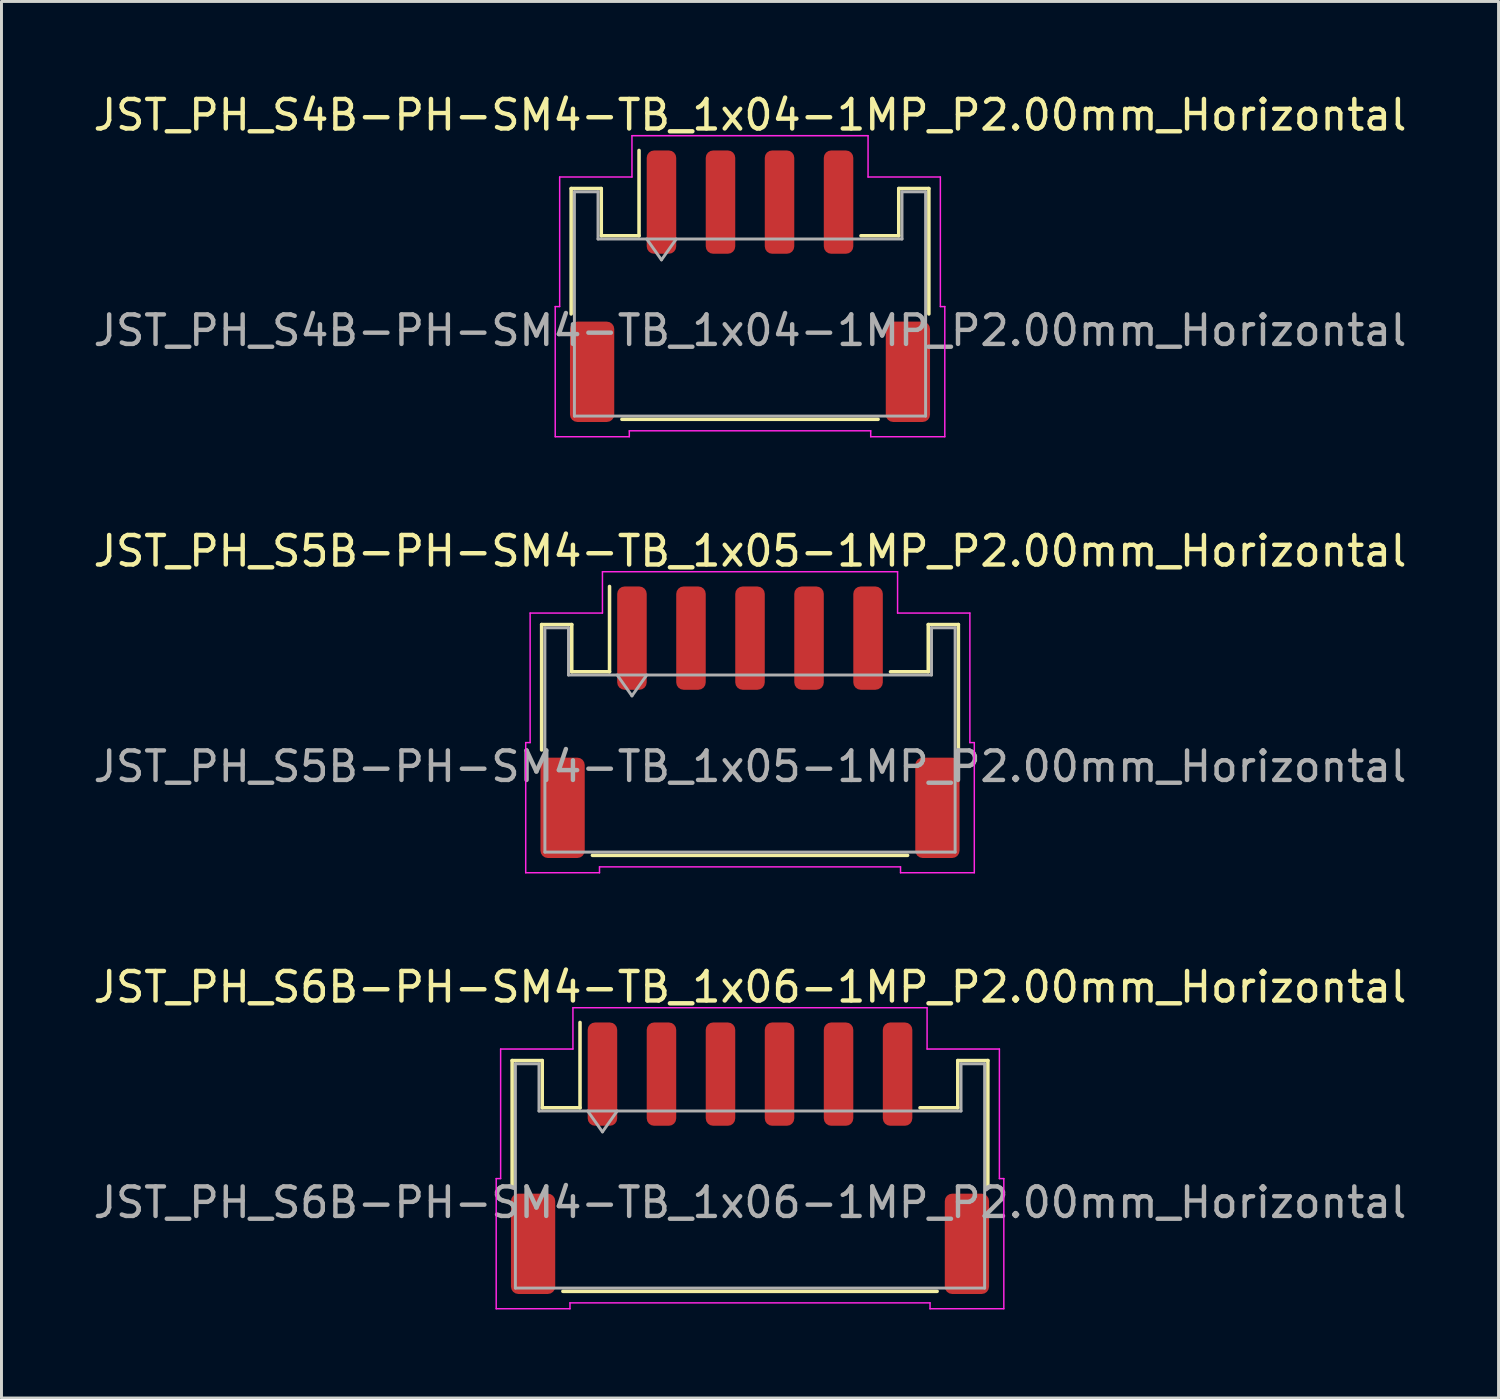
<source format=kicad_pcb>
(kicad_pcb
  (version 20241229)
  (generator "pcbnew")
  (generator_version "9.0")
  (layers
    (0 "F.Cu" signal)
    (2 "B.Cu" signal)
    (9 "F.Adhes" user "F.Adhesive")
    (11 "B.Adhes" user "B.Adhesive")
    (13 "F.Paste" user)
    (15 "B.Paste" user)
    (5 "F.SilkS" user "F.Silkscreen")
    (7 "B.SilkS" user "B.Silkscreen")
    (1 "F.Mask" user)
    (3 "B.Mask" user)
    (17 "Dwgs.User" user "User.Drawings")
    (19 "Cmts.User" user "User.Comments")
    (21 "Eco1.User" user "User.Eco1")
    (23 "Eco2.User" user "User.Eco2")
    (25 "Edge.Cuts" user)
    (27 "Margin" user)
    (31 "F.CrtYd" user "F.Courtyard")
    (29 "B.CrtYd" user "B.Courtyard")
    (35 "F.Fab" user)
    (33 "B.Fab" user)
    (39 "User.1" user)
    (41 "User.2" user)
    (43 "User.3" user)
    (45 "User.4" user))
  (footprint "JST_PH_S4B-PH-SM4-TB_1x04-1MP_P2.00mm_Horizontal"
    (layer "F.Cu")
    (at 22.363 6.648)
    (property "Reference" "JST_PH_S4B-PH-SM4-TB_1x04-1MP_P2.00mm_Horizontal" (at 0 -5.8 0) (layer "F.SilkS") (effects (font (size 1 1) (thickness 0.15))))
    (attr smd)
    (fp_line (start -6.06 -3.31) (end -5.04 -3.31) (stroke (width 0.12) (type solid)) (layer "F.SilkS"))
    (fp_line (start -6.06 0.94) (end -6.06 -3.31) (stroke (width 0.12) (type solid)) (layer "F.SilkS"))
    (fp_line (start -5.04 -3.31) (end -5.04 -1.71) (stroke (width 0.12) (type solid)) (layer "F.SilkS"))
    (fp_line (start -5.04 -1.71) (end -3.76 -1.71) (stroke (width 0.12) (type solid)) (layer "F.SilkS"))
    (fp_line (start -4.34 4.51) (end 4.34 4.51) (stroke (width 0.12) (type solid)) (layer "F.SilkS"))
    (fp_line (start -3.76 -1.71) (end -3.76 -4.6) (stroke (width 0.12) (type solid)) (layer "F.SilkS"))
    (fp_line (start 5.04 -3.31) (end 5.04 -1.71) (stroke (width 0.12) (type solid)) (layer "F.SilkS"))
    (fp_line (start 5.04 -1.71) (end 3.76 -1.71) (stroke (width 0.12) (type solid)) (layer "F.SilkS"))
    (fp_line (start 6.06 -3.31) (end 5.04 -3.31) (stroke (width 0.12) (type solid)) (layer "F.SilkS"))
    (fp_line (start 6.06 0.94) (end 6.06 -3.31) (stroke (width 0.12) (type solid)) (layer "F.SilkS"))
    (fp_line (start -6.6 0.69) (end -6.45 0.69) (stroke (width 0.05) (type solid)) (layer "F.CrtYd"))
    (fp_line (start -6.6 5.1) (end -6.6 0.69) (stroke (width 0.05) (type solid)) (layer "F.CrtYd"))
    (fp_line (start -6.45 -3.7) (end -4 -3.7) (stroke (width 0.05) (type solid)) (layer "F.CrtYd"))
    (fp_line (start -6.45 0.69) (end -6.45 -3.7) (stroke (width 0.05) (type solid)) (layer "F.CrtYd"))
    (fp_line (start -4.09 4.9) (end -4.09 5.1) (stroke (width 0.05) (type solid)) (layer "F.CrtYd"))
    (fp_line (start -4.09 5.1) (end -6.6 5.1) (stroke (width 0.05) (type solid)) (layer "F.CrtYd"))
    (fp_line (start -4 -5.1) (end 4 -5.1) (stroke (width 0.05) (type solid)) (layer "F.CrtYd"))
    (fp_line (start -4 -3.7) (end -4 -5.1) (stroke (width 0.05) (type solid)) (layer "F.CrtYd"))
    (fp_line (start 4 -5.1) (end 4 -3.7) (stroke (width 0.05) (type solid)) (layer "F.CrtYd"))
    (fp_line (start 4 -3.7) (end 6.45 -3.7) (stroke (width 0.05) (type solid)) (layer "F.CrtYd"))
    (fp_line (start 4.09 4.9) (end -4.09 4.9) (stroke (width 0.05) (type solid)) (layer "F.CrtYd"))
    (fp_line (start 4.09 5.1) (end 4.09 4.9) (stroke (width 0.05) (type solid)) (layer "F.CrtYd"))
    (fp_line (start 6.45 -3.7) (end 6.45 0.69) (stroke (width 0.05) (type solid)) (layer "F.CrtYd"))
    (fp_line (start 6.45 0.69) (end 6.6 0.69) (stroke (width 0.05) (type solid)) (layer "F.CrtYd"))
    (fp_line (start 6.6 0.69) (end 6.6 5.1) (stroke (width 0.05) (type solid)) (layer "F.CrtYd"))
    (fp_line (start 6.6 5.1) (end 4.09 5.1) (stroke (width 0.05) (type solid)) (layer "F.CrtYd"))
    (fp_line (start -5.95 -3.2) (end -5.95 4.4) (stroke (width 0.1) (type solid)) (layer "F.Fab"))
    (fp_line (start -5.95 -3.2) (end -5.15 -3.2) (stroke (width 0.1) (type solid)) (layer "F.Fab"))
    (fp_line (start -5.95 4.4) (end 5.95 4.4) (stroke (width 0.1) (type solid)) (layer "F.Fab"))
    (fp_line (start -5.15 -3.2) (end -5.15 -1.6) (stroke (width 0.1) (type solid)) (layer "F.Fab"))
    (fp_line (start -5.15 -1.6) (end 5.15 -1.6) (stroke (width 0.1) (type solid)) (layer "F.Fab"))
    (fp_line (start -3.5 -1.6) (end -3 -0.893) (stroke (width 0.1) (type solid)) (layer "F.Fab"))
    (fp_line (start -3 -0.893) (end -2.5 -1.6) (stroke (width 0.1) (type solid)) (layer "F.Fab"))
    (fp_line (start 5.15 -3.2) (end 5.95 -3.2) (stroke (width 0.1) (type solid)) (layer "F.Fab"))
    (fp_line (start 5.15 -1.6) (end 5.15 -3.2) (stroke (width 0.1) (type solid)) (layer "F.Fab"))
    (fp_line (start 5.95 -3.2) (end 5.95 4.4) (stroke (width 0.1) (type solid)) (layer "F.Fab"))
    (fp_text user "${REFERENCE}" (at 0 1.5 0) (layer "F.Fab") (effects (font (size 1 1) (thickness 0.15))))
    (pad "1" smd roundrect (at -3 -2.85) (size 1 3.5) (layers "F.Cu" "F.Mask" "F.Paste") (roundrect_rratio 0.25))
    (pad "2" smd roundrect (at -1 -2.85) (size 1 3.5) (layers "F.Cu" "F.Mask" "F.Paste") (roundrect_rratio 0.25))
    (pad "3" smd roundrect (at 1 -2.85) (size 1 3.5) (layers "F.Cu" "F.Mask" "F.Paste") (roundrect_rratio 0.25))
    (pad "4" smd roundrect (at 3 -2.85) (size 1 3.5) (layers "F.Cu" "F.Mask" "F.Paste") (roundrect_rratio 0.25))
    (pad "MP" smd roundrect (at -5.35 2.9) (size 1.5 3.4) (layers "F.Cu" "F.Mask" "F.Paste") (roundrect_rratio 0.167))
    (pad "MP" smd roundrect (at 5.35 2.9) (size 1.5 3.4) (layers "F.Cu" "F.Mask" "F.Paste") (roundrect_rratio 0.167)))
  (footprint "JST_PH_S5B-PH-SM4-TB_1x05-1MP_P2.00mm_Horizontal"
    (layer "F.Cu")
    (at 22.363 21.422)
    (property "Reference" "JST_PH_S5B-PH-SM4-TB_1x05-1MP_P2.00mm_Horizontal" (at 0 -5.8 0) (layer "F.SilkS") (effects (font (size 1 1) (thickness 0.15))))
    (attr smd)
    (fp_line (start -7.06 -3.31) (end -6.04 -3.31) (stroke (width 0.12) (type solid)) (layer "F.SilkS"))
    (fp_line (start -7.06 0.94) (end -7.06 -3.31) (stroke (width 0.12) (type solid)) (layer "F.SilkS"))
    (fp_line (start -6.04 -3.31) (end -6.04 -1.71) (stroke (width 0.12) (type solid)) (layer "F.SilkS"))
    (fp_line (start -6.04 -1.71) (end -4.76 -1.71) (stroke (width 0.12) (type solid)) (layer "F.SilkS"))
    (fp_line (start -5.34 4.51) (end 5.34 4.51) (stroke (width 0.12) (type solid)) (layer "F.SilkS"))
    (fp_line (start -4.76 -1.71) (end -4.76 -4.6) (stroke (width 0.12) (type solid)) (layer "F.SilkS"))
    (fp_line (start 6.04 -3.31) (end 6.04 -1.71) (stroke (width 0.12) (type solid)) (layer "F.SilkS"))
    (fp_line (start 6.04 -1.71) (end 4.76 -1.71) (stroke (width 0.12) (type solid)) (layer "F.SilkS"))
    (fp_line (start 7.06 -3.31) (end 6.04 -3.31) (stroke (width 0.12) (type solid)) (layer "F.SilkS"))
    (fp_line (start 7.06 0.94) (end 7.06 -3.31) (stroke (width 0.12) (type solid)) (layer "F.SilkS"))
    (fp_line (start -7.6 0.69) (end -7.45 0.69) (stroke (width 0.05) (type solid)) (layer "F.CrtYd"))
    (fp_line (start -7.6 5.1) (end -7.6 0.69) (stroke (width 0.05) (type solid)) (layer "F.CrtYd"))
    (fp_line (start -7.45 -3.7) (end -5 -3.7) (stroke (width 0.05) (type solid)) (layer "F.CrtYd"))
    (fp_line (start -7.45 0.69) (end -7.45 -3.7) (stroke (width 0.05) (type solid)) (layer "F.CrtYd"))
    (fp_line (start -5.1 4.9) (end -5.1 5.1) (stroke (width 0.05) (type solid)) (layer "F.CrtYd"))
    (fp_line (start -5.1 5.1) (end -7.6 5.1) (stroke (width 0.05) (type solid)) (layer "F.CrtYd"))
    (fp_line (start -5 -5.1) (end 5 -5.1) (stroke (width 0.05) (type solid)) (layer "F.CrtYd"))
    (fp_line (start -5 -3.7) (end -5 -5.1) (stroke (width 0.05) (type solid)) (layer "F.CrtYd"))
    (fp_line (start 5 -5.1) (end 5 -3.7) (stroke (width 0.05) (type solid)) (layer "F.CrtYd"))
    (fp_line (start 5 -3.7) (end 7.45 -3.7) (stroke (width 0.05) (type solid)) (layer "F.CrtYd"))
    (fp_line (start 5.1 4.9) (end -5.1 4.9) (stroke (width 0.05) (type solid)) (layer "F.CrtYd"))
    (fp_line (start 5.1 5.1) (end 5.1 4.9) (stroke (width 0.05) (type solid)) (layer "F.CrtYd"))
    (fp_line (start 7.45 -3.7) (end 7.45 0.69) (stroke (width 0.05) (type solid)) (layer "F.CrtYd"))
    (fp_line (start 7.45 0.69) (end 7.6 0.69) (stroke (width 0.05) (type solid)) (layer "F.CrtYd"))
    (fp_line (start 7.6 0.69) (end 7.6 5.1) (stroke (width 0.05) (type solid)) (layer "F.CrtYd"))
    (fp_line (start 7.6 5.1) (end 5.1 5.1) (stroke (width 0.05) (type solid)) (layer "F.CrtYd"))
    (fp_line (start -6.95 -3.2) (end -6.95 4.4) (stroke (width 0.1) (type solid)) (layer "F.Fab"))
    (fp_line (start -6.95 -3.2) (end -6.15 -3.2) (stroke (width 0.1) (type solid)) (layer "F.Fab"))
    (fp_line (start -6.95 4.4) (end 6.95 4.4) (stroke (width 0.1) (type solid)) (layer "F.Fab"))
    (fp_line (start -6.15 -3.2) (end -6.15 -1.6) (stroke (width 0.1) (type solid)) (layer "F.Fab"))
    (fp_line (start -6.15 -1.6) (end 6.15 -1.6) (stroke (width 0.1) (type solid)) (layer "F.Fab"))
    (fp_line (start -4.5 -1.6) (end -4 -0.893) (stroke (width 0.1) (type solid)) (layer "F.Fab"))
    (fp_line (start -4 -0.893) (end -3.5 -1.6) (stroke (width 0.1) (type solid)) (layer "F.Fab"))
    (fp_line (start 6.15 -3.2) (end 6.95 -3.2) (stroke (width 0.1) (type solid)) (layer "F.Fab"))
    (fp_line (start 6.15 -1.6) (end 6.15 -3.2) (stroke (width 0.1) (type solid)) (layer "F.Fab"))
    (fp_line (start 6.95 -3.2) (end 6.95 4.4) (stroke (width 0.1) (type solid)) (layer "F.Fab"))
    (fp_text user "${REFERENCE}" (at 0 1.5 0) (layer "F.Fab") (effects (font (size 1 1) (thickness 0.15))))
    (pad "1" smd roundrect (at -4 -2.85) (size 1 3.5) (layers "F.Cu" "F.Mask" "F.Paste") (roundrect_rratio 0.25))
    (pad "2" smd roundrect (at -2 -2.85) (size 1 3.5) (layers "F.Cu" "F.Mask" "F.Paste") (roundrect_rratio 0.25))
    (pad "3" smd roundrect (at 0 -2.85) (size 1 3.5) (layers "F.Cu" "F.Mask" "F.Paste") (roundrect_rratio 0.25))
    (pad "4" smd roundrect (at 2 -2.85) (size 1 3.5) (layers "F.Cu" "F.Mask" "F.Paste") (roundrect_rratio 0.25))
    (pad "5" smd roundrect (at 4 -2.85) (size 1 3.5) (layers "F.Cu" "F.Mask" "F.Paste") (roundrect_rratio 0.25))
    (pad "MP" smd roundrect (at -6.35 2.9) (size 1.5 3.4) (layers "F.Cu" "F.Mask" "F.Paste") (roundrect_rratio 0.167))
    (pad "MP" smd roundrect (at 6.35 2.9) (size 1.5 3.4) (layers "F.Cu" "F.Mask" "F.Paste") (roundrect_rratio 0.167)))
  (footprint "JST_PH_S6B-PH-SM4-TB_1x06-1MP_P2.00mm_Horizontal"
    (layer "F.Cu")
    (at 22.363 36.195)
    (property "Reference" "JST_PH_S6B-PH-SM4-TB_1x06-1MP_P2.00mm_Horizontal" (at 0 -5.8 0) (layer "F.SilkS") (effects (font (size 1 1) (thickness 0.15))))
    (attr smd)
    (fp_line (start -8.06 -3.31) (end -7.04 -3.31) (stroke (width 0.12) (type solid)) (layer "F.SilkS"))
    (fp_line (start -8.06 0.94) (end -8.06 -3.31) (stroke (width 0.12) (type solid)) (layer "F.SilkS"))
    (fp_line (start -7.04 -3.31) (end -7.04 -1.71) (stroke (width 0.12) (type solid)) (layer "F.SilkS"))
    (fp_line (start -7.04 -1.71) (end -5.76 -1.71) (stroke (width 0.12) (type solid)) (layer "F.SilkS"))
    (fp_line (start -6.34 4.51) (end 6.34 4.51) (stroke (width 0.12) (type solid)) (layer "F.SilkS"))
    (fp_line (start -5.76 -1.71) (end -5.76 -4.6) (stroke (width 0.12) (type solid)) (layer "F.SilkS"))
    (fp_line (start 7.04 -3.31) (end 7.04 -1.71) (stroke (width 0.12) (type solid)) (layer "F.SilkS"))
    (fp_line (start 7.04 -1.71) (end 5.76 -1.71) (stroke (width 0.12) (type solid)) (layer "F.SilkS"))
    (fp_line (start 8.06 -3.31) (end 7.04 -3.31) (stroke (width 0.12) (type solid)) (layer "F.SilkS"))
    (fp_line (start 8.06 0.94) (end 8.06 -3.31) (stroke (width 0.12) (type solid)) (layer "F.SilkS"))
    (fp_line (start -8.6 0.69) (end -8.45 0.69) (stroke (width 0.05) (type solid)) (layer "F.CrtYd"))
    (fp_line (start -8.6 5.1) (end -8.6 0.69) (stroke (width 0.05) (type solid)) (layer "F.CrtYd"))
    (fp_line (start -8.45 -3.7) (end -6 -3.7) (stroke (width 0.05) (type solid)) (layer "F.CrtYd"))
    (fp_line (start -8.45 0.69) (end -8.45 -3.7) (stroke (width 0.05) (type solid)) (layer "F.CrtYd"))
    (fp_line (start -6.1 4.9) (end -6.1 5.1) (stroke (width 0.05) (type solid)) (layer "F.CrtYd"))
    (fp_line (start -6.1 5.1) (end -8.6 5.1) (stroke (width 0.05) (type solid)) (layer "F.CrtYd"))
    (fp_line (start -6 -5.1) (end 6 -5.1) (stroke (width 0.05) (type solid)) (layer "F.CrtYd"))
    (fp_line (start -6 -3.7) (end -6 -5.1) (stroke (width 0.05) (type solid)) (layer "F.CrtYd"))
    (fp_line (start 6 -5.1) (end 6 -3.7) (stroke (width 0.05) (type solid)) (layer "F.CrtYd"))
    (fp_line (start 6 -3.7) (end 8.45 -3.7) (stroke (width 0.05) (type solid)) (layer "F.CrtYd"))
    (fp_line (start 6.1 4.9) (end -6.1 4.9) (stroke (width 0.05) (type solid)) (layer "F.CrtYd"))
    (fp_line (start 6.1 5.1) (end 6.1 4.9) (stroke (width 0.05) (type solid)) (layer "F.CrtYd"))
    (fp_line (start 8.45 -3.7) (end 8.45 0.69) (stroke (width 0.05) (type solid)) (layer "F.CrtYd"))
    (fp_line (start 8.45 0.69) (end 8.6 0.69) (stroke (width 0.05) (type solid)) (layer "F.CrtYd"))
    (fp_line (start 8.6 0.69) (end 8.6 5.1) (stroke (width 0.05) (type solid)) (layer "F.CrtYd"))
    (fp_line (start 8.6 5.1) (end 6.1 5.1) (stroke (width 0.05) (type solid)) (layer "F.CrtYd"))
    (fp_line (start -7.95 -3.2) (end -7.95 4.4) (stroke (width 0.1) (type solid)) (layer "F.Fab"))
    (fp_line (start -7.95 -3.2) (end -7.15 -3.2) (stroke (width 0.1) (type solid)) (layer "F.Fab"))
    (fp_line (start -7.95 4.4) (end 7.95 4.4) (stroke (width 0.1) (type solid)) (layer "F.Fab"))
    (fp_line (start -7.15 -3.2) (end -7.15 -1.6) (stroke (width 0.1) (type solid)) (layer "F.Fab"))
    (fp_line (start -7.15 -1.6) (end 7.15 -1.6) (stroke (width 0.1) (type solid)) (layer "F.Fab"))
    (fp_line (start -5.5 -1.6) (end -5 -0.893) (stroke (width 0.1) (type solid)) (layer "F.Fab"))
    (fp_line (start -5 -0.893) (end -4.5 -1.6) (stroke (width 0.1) (type solid)) (layer "F.Fab"))
    (fp_line (start 7.15 -3.2) (end 7.95 -3.2) (stroke (width 0.1) (type solid)) (layer "F.Fab"))
    (fp_line (start 7.15 -1.6) (end 7.15 -3.2) (stroke (width 0.1) (type solid)) (layer "F.Fab"))
    (fp_line (start 7.95 -3.2) (end 7.95 4.4) (stroke (width 0.1) (type solid)) (layer "F.Fab"))
    (fp_text user "${REFERENCE}" (at 0 1.5 0) (layer "F.Fab") (effects (font (size 1 1) (thickness 0.15))))
    (pad "1" smd roundrect (at -5 -2.85) (size 1 3.5) (layers "F.Cu" "F.Mask" "F.Paste") (roundrect_rratio 0.25))
    (pad "2" smd roundrect (at -3 -2.85) (size 1 3.5) (layers "F.Cu" "F.Mask" "F.Paste") (roundrect_rratio 0.25))
    (pad "3" smd roundrect (at -1 -2.85) (size 1 3.5) (layers "F.Cu" "F.Mask" "F.Paste") (roundrect_rratio 0.25))
    (pad "4" smd roundrect (at 1 -2.85) (size 1 3.5) (layers "F.Cu" "F.Mask" "F.Paste") (roundrect_rratio 0.25))
    (pad "5" smd roundrect (at 3 -2.85) (size 1 3.5) (layers "F.Cu" "F.Mask" "F.Paste") (roundrect_rratio 0.25))
    (pad "6" smd roundrect (at 5 -2.85) (size 1 3.5) (layers "F.Cu" "F.Mask" "F.Paste") (roundrect_rratio 0.25))
    (pad "MP" smd roundrect (at -7.35 2.9) (size 1.5 3.4) (layers "F.Cu" "F.Mask" "F.Paste") (roundrect_rratio 0.167))
    (pad "MP" smd roundrect (at 7.35 2.9) (size 1.5 3.4) (layers "F.Cu" "F.Mask" "F.Paste") (roundrect_rratio 0.167)))
  (gr_rect
    (start -3 -3)
    (end 47.726 44.32)
    (stroke (width 0.1) (type default))
    (fill no)
    (layer "Edge.Cuts")))
</source>
